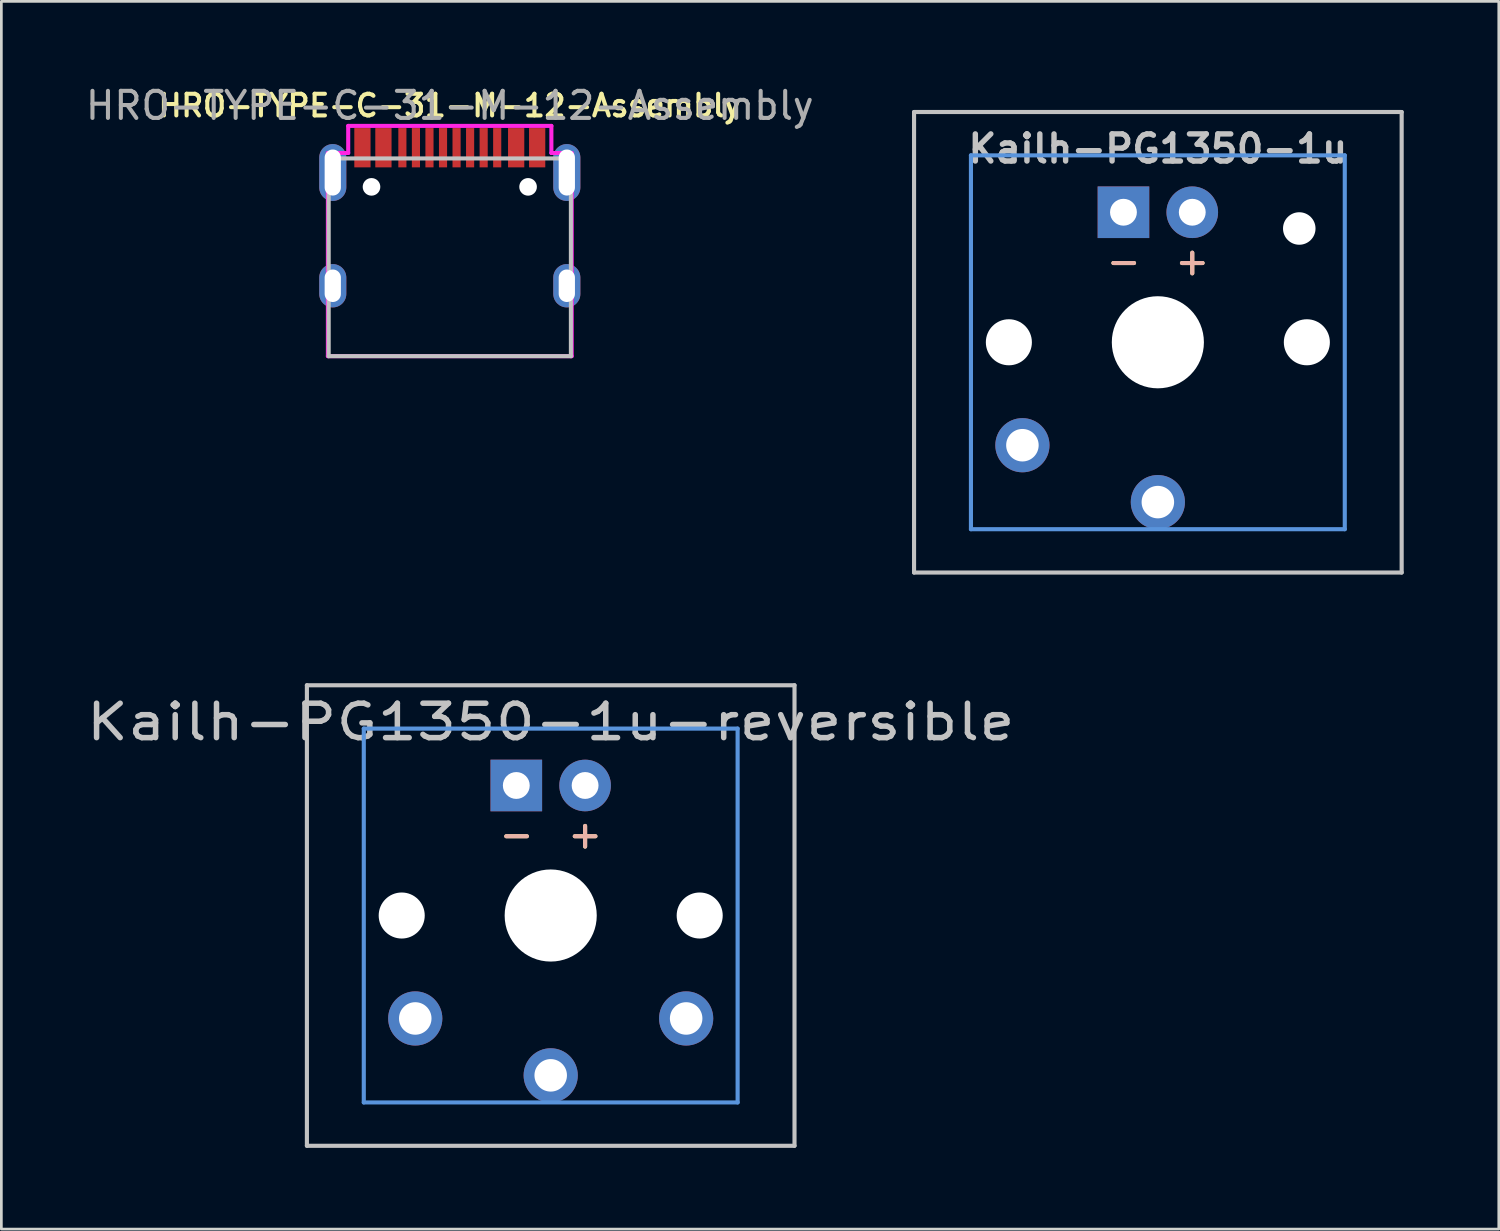
<source format=kicad_pcb>
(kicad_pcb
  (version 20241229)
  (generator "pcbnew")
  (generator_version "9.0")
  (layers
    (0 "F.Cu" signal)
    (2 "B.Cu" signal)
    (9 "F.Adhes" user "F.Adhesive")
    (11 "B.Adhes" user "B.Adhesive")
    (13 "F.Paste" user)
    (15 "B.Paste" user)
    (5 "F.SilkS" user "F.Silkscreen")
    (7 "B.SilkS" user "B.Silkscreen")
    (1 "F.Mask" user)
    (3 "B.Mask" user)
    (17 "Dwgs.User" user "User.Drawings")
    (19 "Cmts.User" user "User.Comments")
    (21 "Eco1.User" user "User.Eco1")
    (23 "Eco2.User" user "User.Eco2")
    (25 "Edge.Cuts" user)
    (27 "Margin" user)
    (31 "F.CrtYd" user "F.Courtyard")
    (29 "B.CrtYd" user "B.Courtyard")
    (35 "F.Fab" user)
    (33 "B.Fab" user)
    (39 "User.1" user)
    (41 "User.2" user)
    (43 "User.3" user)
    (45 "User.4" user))
  (footprint "Kailh-PG1350-1u"
    (layer "F.Cu")
    (at 39.692 9.585)
    (property "Reference" "Kailh-PG1350-1u" (at 0 -7.144 180) (layer "Dwgs.User") (effects (font (size 1 1) (thickness 0.2))))
    (attr through_hole)
    (fp_line (start -9 -8.5) (end 9 -8.5) (stroke (width 0.152) (type solid)) (layer "Dwgs.User"))
    (fp_line (start -9 8.5) (end -9 -8.5) (stroke (width 0.152) (type solid)) (layer "Dwgs.User"))
    (fp_line (start 9 -8.5) (end 9 8.5) (stroke (width 0.152) (type solid)) (layer "Dwgs.User"))
    (fp_line (start 9 8.5) (end -9 8.5) (stroke (width 0.152) (type solid)) (layer "Dwgs.User"))
    (fp_line (start -6.9 -6.9) (end 6.9 -6.9) (stroke (width 0.152) (type solid)) (layer "Cmts.User"))
    (fp_line (start -6.9 6.9) (end -6.9 -6.9) (stroke (width 0.152) (type solid)) (layer "Cmts.User"))
    (fp_line (start 6.9 -6.9) (end 6.9 6.9) (stroke (width 0.152) (type solid)) (layer "Cmts.User"))
    (fp_line (start 6.9 6.9) (end -6.9 6.9) (stroke (width 0.152) (type solid)) (layer "Cmts.User"))
    (fp_line (start -9.525 -9.525) (end -9.525 9.525) (stroke (width 0.12) (type solid)) (layer "Eco1.User"))
    (fp_line (start -9.525 -9.525) (end 9.525 -9.525) (stroke (width 0.12) (type solid)) (layer "Eco1.User"))
    (fp_line (start -9.525 9.525) (end 9.525 9.525) (stroke (width 0.12) (type solid)) (layer "Eco1.User"))
    (fp_line (start 9.525 -9.525) (end 9.525 9.525) (stroke (width 0.12) (type solid)) (layer "Eco1.User"))
    (fp_line (start -7.5 -7.5) (end 7.5 -7.5) (stroke (width 0.152) (type solid)) (layer "Eco2.User"))
    (fp_line (start -7.5 7.5) (end -7.5 -7.5) (stroke (width 0.152) (type solid)) (layer "Eco2.User"))
    (fp_line (start 7.5 -7.5) (end 7.5 7.5) (stroke (width 0.152) (type solid)) (layer "Eco2.User"))
    (fp_line (start 7.5 7.5) (end -7.5 7.5) (stroke (width 0.152) (type solid)) (layer "Eco2.User"))
    (fp_text user "-" (at -1.26 -3 180) (layer "F.SilkS") (effects (font (size 1 1) (thickness 0.15))))
    (fp_text user "+" (at 1.27 -3 180) (layer "F.SilkS") (effects (font (size 1 1) (thickness 0.15))))
    (fp_text user "+" (at 1.27 -3 180) (layer "B.SilkS") (effects (font (size 1 1) (thickness 0.15)) (justify mirror)))
    (fp_text user "-" (at -1.26 -3 180) (layer "B.SilkS") (effects (font (size 1 1) (thickness 0.15)) (justify mirror)))
    (pad "" np_thru_hole circle (at -5.5 0 180) (size 1.7 1.7) (drill 1.7) (layers "*.Cu" "*.Mask"))
    (pad "" np_thru_hole circle (at 0 0 180) (size 3.4 3.4) (drill 3.4) (layers "*.Cu" "*.Mask"))
    (pad "" np_thru_hole circle (at 5.22 -4.2 180) (size 1.2 1.2) (drill 1.2) (layers "*.Cu" "*.Mask"))
    (pad "" np_thru_hole circle (at 5.5 0 180) (size 1.7 1.7) (drill 1.7) (layers "*.Cu" "*.Mask"))
    (pad "1" thru_hole circle (at 0 5.9 180) (size 2 2) (drill 1.2) (layers "*.Cu" "*.Mask"))
    (pad "2" thru_hole circle (at -5 3.8 41.9) (size 2 2) (drill 1.2) (layers "*.Cu" "*.Mask"))
    (pad "3" thru_hole circle (at 1.27 -4.8 180) (size 1.905 1.905) (drill 0.991) (layers "*.Cu" "*.Mask"))
    (pad "4" thru_hole rect (at -1.27 -4.8 180) (size 1.905 1.905) (drill 0.991) (layers "*.Cu" "*.Mask")))
  (footprint "HRO-TYPE-C-31-M-12-Assembly"
    (layer "F.Cu")
    (at 13.554 10.098)
    (property "Reference" "HRO-TYPE-C-31-M-12-Assembly" (at 0 -9.25 0) (layer "F.SilkS") (effects (font (size 0.8 0.8) (thickness 0.15))))
    (attr smd)
    (fp_line (start -4.47 -7.3) (end 4.47 -7.3) (stroke (width 0.15) (type solid)) (layer "Dwgs.User"))
    (fp_line (start -4.47 0) (end -4.47 -7.3) (stroke (width 0.15) (type solid)) (layer "Dwgs.User"))
    (fp_line (start -4.47 0) (end 4.47 0) (stroke (width 0.15) (type solid)) (layer "Dwgs.User"))
    (fp_line (start 4.47 0) (end 4.47 -7.3) (stroke (width 0.15) (type solid)) (layer "Dwgs.User"))
    (fp_line (start -4.5 -7.5) (end -3.75 -7.5) (stroke (width 0.15) (type solid)) (layer "F.CrtYd"))
    (fp_line (start -4.5 0) (end -4.5 -7.5) (stroke (width 0.15) (type solid)) (layer "F.CrtYd"))
    (fp_line (start -3.75 -8.5) (end 3.75 -8.5) (stroke (width 0.15) (type solid)) (layer "F.CrtYd"))
    (fp_line (start -3.75 -7.5) (end -3.75 -8.5) (stroke (width 0.15) (type solid)) (layer "F.CrtYd"))
    (fp_line (start 3.75 -8.5) (end 3.75 -7.5) (stroke (width 0.15) (type solid)) (layer "F.CrtYd"))
    (fp_line (start 4.5 -7.5) (end 3.75 -7.5) (stroke (width 0.15) (type solid)) (layer "F.CrtYd"))
    (fp_line (start 4.5 -7.5) (end 4.5 0) (stroke (width 0.15) (type solid)) (layer "F.CrtYd"))
    (fp_line (start 4.5 0) (end -4.5 0) (stroke (width 0.15) (type solid)) (layer "F.CrtYd"))
    (fp_text user "${REFERENCE}" (at 0 -9.25 0) (layer "F.Fab") (effects (font (size 1 1) (thickness 0.15))))
    (pad "" np_thru_hole circle (at -2.89 -6.25) (size 0.65 0.65) (drill 0.65) (layers "*.Cu" "*.Mask"))
    (pad "" np_thru_hole circle (at 2.89 -6.25) (size 0.65 0.65) (drill 0.65) (layers "*.Cu" "*.Mask"))
    (pad "1" smd rect (at -3.225 -7.695) (size 0.6 1.45) (layers "F.Cu" "F.Mask" "F.Paste"))
    (pad "2" smd rect (at -2.45 -7.695) (size 0.6 1.45) (layers "F.Cu" "F.Mask" "F.Paste"))
    (pad "3" smd rect (at -1.75 -7.695) (size 0.3 1.45) (layers "F.Cu" "F.Mask" "F.Paste"))
    (pad "4" smd rect (at -1.25 -7.695) (size 0.3 1.45) (layers "F.Cu" "F.Mask" "F.Paste"))
    (pad "5" smd rect (at -0.75 -7.695) (size 0.3 1.45) (layers "F.Cu" "F.Mask" "F.Paste"))
    (pad "6" smd rect (at -0.25 -7.695) (size 0.3 1.45) (layers "F.Cu" "F.Mask" "F.Paste"))
    (pad "7" smd rect (at 0.25 -7.695) (size 0.3 1.45) (layers "F.Cu" "F.Mask" "F.Paste"))
    (pad "8" smd rect (at 0.75 -7.695) (size 0.3 1.45) (layers "F.Cu" "F.Mask" "F.Paste"))
    (pad "9" smd rect (at 1.25 -7.695) (size 0.3 1.45) (layers "F.Cu" "F.Mask" "F.Paste"))
    (pad "10" smd rect (at 1.75 -7.695) (size 0.3 1.45) (layers "F.Cu" "F.Mask" "F.Paste"))
    (pad "11" smd rect (at 2.45 -7.695) (size 0.6 1.45) (layers "F.Cu" "F.Mask" "F.Paste"))
    (pad "12" smd rect (at 3.225 -7.695) (size 0.6 1.45) (layers "F.Cu" "F.Mask" "F.Paste"))
    (pad "13" thru_hole oval (at -4.32 -6.78) (size 1 2.1) (drill oval 0.6 1.7) (layers "*.Cu" "*.Mask"))
    (pad "13" thru_hole oval (at -4.32 -2.6) (size 1 1.6) (drill oval 0.6 1.2) (layers "*.Cu" "*.Mask"))
    (pad "13" thru_hole oval (at 4.32 -6.78) (size 1 2.1) (drill oval 0.6 1.7) (layers "*.Cu" "*.Mask"))
    (pad "13" thru_hole oval (at 4.32 -2.6) (size 1 1.6) (drill oval 0.6 1.2) (layers "*.Cu" "*.Mask")))
  (footprint "Kailh-PG1350-1u-reversible"
    (layer "F.Cu")
    (at 17.279 30.746)
    (property "Reference" "Kailh-PG1350-1u-reversible" (at 0 -7.144 180) (layer "Dwgs.User") (effects (font (size 1.27 1.524) (thickness 0.203))))
    (attr through_hole)
    (fp_line (start -9 -8.5) (end 9 -8.5) (stroke (width 0.152) (type solid)) (layer "Dwgs.User"))
    (fp_line (start -9 8.5) (end -9 -8.5) (stroke (width 0.152) (type solid)) (layer "Dwgs.User"))
    (fp_line (start 9 -8.5) (end 9 8.5) (stroke (width 0.152) (type solid)) (layer "Dwgs.User"))
    (fp_line (start 9 8.5) (end -9 8.5) (stroke (width 0.152) (type solid)) (layer "Dwgs.User"))
    (fp_line (start -6.9 -6.9) (end 6.9 -6.9) (stroke (width 0.152) (type solid)) (layer "Cmts.User"))
    (fp_line (start -6.9 6.9) (end -6.9 -6.9) (stroke (width 0.152) (type solid)) (layer "Cmts.User"))
    (fp_line (start 6.9 -6.9) (end 6.9 6.9) (stroke (width 0.152) (type solid)) (layer "Cmts.User"))
    (fp_line (start 6.9 6.9) (end -6.9 6.9) (stroke (width 0.152) (type solid)) (layer "Cmts.User"))
    (fp_line (start -7.5 -7.5) (end 7.5 -7.5) (stroke (width 0.152) (type solid)) (layer "Eco2.User"))
    (fp_line (start -7.5 7.5) (end -7.5 -7.5) (stroke (width 0.152) (type solid)) (layer "Eco2.User"))
    (fp_line (start 7.5 -7.5) (end 7.5 7.5) (stroke (width 0.152) (type solid)) (layer "Eco2.User"))
    (fp_line (start 7.5 7.5) (end -7.5 7.5) (stroke (width 0.152) (type solid)) (layer "Eco2.User"))
    (fp_text user "+" (at 1.27 -3 180) (layer "F.SilkS") (effects (font (size 1 1) (thickness 0.15))))
    (fp_text user "-" (at -1.26 -3 180) (layer "F.SilkS") (effects (font (size 1 1) (thickness 0.15))))
    (fp_text user "+" (at 1.27 -3 180) (layer "B.SilkS") (effects (font (size 1 1) (thickness 0.15)) (justify mirror)))
    (fp_text user "-" (at -1.26 -3 180) (layer "B.SilkS") (effects (font (size 1 1) (thickness 0.15)) (justify mirror)))
    (pad "" np_thru_hole circle (at -5.5 0 180) (size 1.7 1.7) (drill 1.7) (layers "*.Cu" "*.Mask"))
    (pad "" np_thru_hole circle (at 0 0 180) (size 3.4 3.4) (drill 3.4) (layers "*.Cu" "*.Mask"))
    (pad "" np_thru_hole circle (at 5.5 0 180) (size 1.7 1.7) (drill 1.7) (layers "*.Cu" "*.Mask"))
    (pad "1" thru_hole circle (at 0 5.9 180) (size 2 2) (drill 1.2) (layers "*.Cu" "*.Mask"))
    (pad "2" thru_hole circle (at -5 3.8 41.9) (size 2 2) (drill 1.2) (layers "*.Cu" "B.Mask"))
    (pad "2" thru_hole circle (at 5 3.8 41.9) (size 2 2) (drill 1.2) (layers "*.Cu" "F.Mask"))
    (pad "3" thru_hole circle (at 1.27 -4.8 180) (size 1.905 1.905) (drill 0.991) (layers "*.Cu" "*.Mask"))
    (pad "4" thru_hole rect (at -1.27 -4.8 180) (size 1.905 1.905) (drill 0.991) (layers "*.Cu" "*.Mask")))
  (gr_rect
    (start -3 -3)
    (end 52.277 42.322)
    (stroke (width 0.1) (type default))
    (fill no)
    (layer "Edge.Cuts")))
</source>
